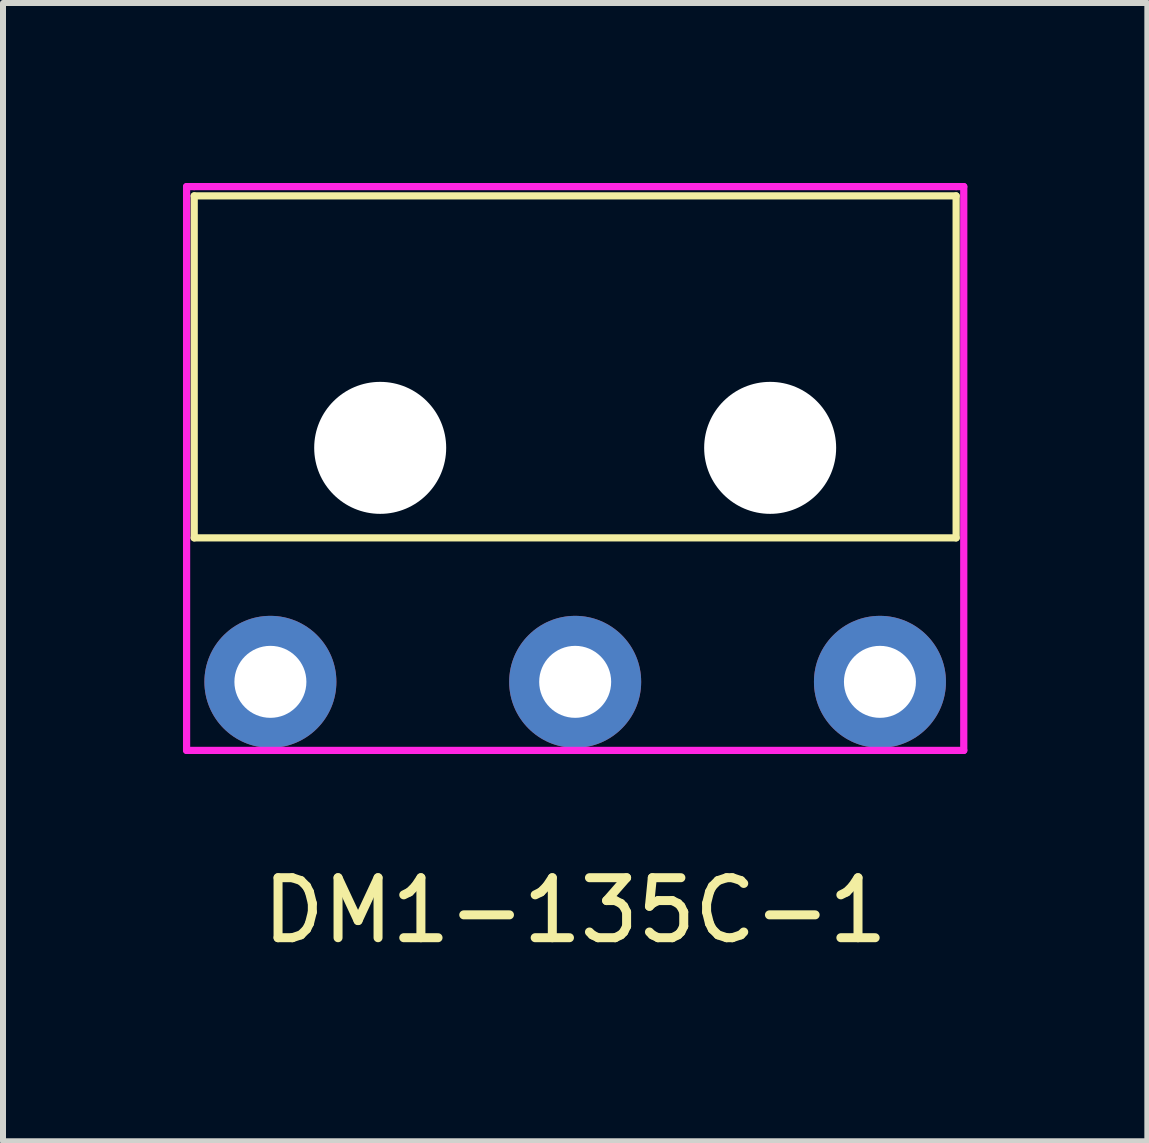
<source format=kicad_pcb>
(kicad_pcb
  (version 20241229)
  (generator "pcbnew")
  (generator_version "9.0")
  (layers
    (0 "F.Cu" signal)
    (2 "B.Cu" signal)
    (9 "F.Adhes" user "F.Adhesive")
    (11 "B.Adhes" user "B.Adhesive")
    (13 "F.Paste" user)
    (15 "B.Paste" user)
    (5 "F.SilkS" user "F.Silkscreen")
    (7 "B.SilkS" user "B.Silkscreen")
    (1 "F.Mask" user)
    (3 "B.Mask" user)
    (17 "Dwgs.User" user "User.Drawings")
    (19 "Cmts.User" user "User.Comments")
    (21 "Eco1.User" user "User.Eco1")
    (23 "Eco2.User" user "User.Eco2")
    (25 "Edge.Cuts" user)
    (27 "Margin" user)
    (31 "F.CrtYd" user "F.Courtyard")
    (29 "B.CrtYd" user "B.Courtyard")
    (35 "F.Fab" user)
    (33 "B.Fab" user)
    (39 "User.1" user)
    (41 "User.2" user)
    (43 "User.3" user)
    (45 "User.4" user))
  (footprint "DM1-135C-1"
    (layer "F.Cu")
    (at 6.537 8.315)
    (property "Reference" "DM1-135C-1" (at 0 3.81 0) (layer "F.SilkS") (effects (font (size 1 1) (thickness 0.15))))
    (attr through_hole)
    (fp_line (start -6.35 -8.1) (end -6.35 -2.4) (stroke (width 0.12) (type solid)) (layer "F.SilkS"))
    (fp_line (start -6.35 -2.4) (end 6.35 -2.4) (stroke (width 0.12) (type solid)) (layer "F.SilkS"))
    (fp_line (start 6.35 -8.1) (end -6.35 -8.1) (stroke (width 0.12) (type solid)) (layer "F.SilkS"))
    (fp_line (start 6.35 -2.4) (end 6.35 -8.1) (stroke (width 0.12) (type solid)) (layer "F.SilkS"))
    (fp_line (start -6.477 -8.255) (end -6.35 -8.255) (stroke (width 0.12) (type solid)) (layer "F.CrtYd"))
    (fp_line (start -6.477 1.143) (end -6.477 -8.255) (stroke (width 0.12) (type solid)) (layer "F.CrtYd"))
    (fp_line (start -6.35 -8.255) (end 6.35 -8.255) (stroke (width 0.12) (type solid)) (layer "F.CrtYd"))
    (fp_line (start 6.35 -8.255) (end 6.477 -8.255) (stroke (width 0.12) (type solid)) (layer "F.CrtYd"))
    (fp_line (start 6.477 -8.255) (end 6.477 1.143) (stroke (width 0.12) (type solid)) (layer "F.CrtYd"))
    (fp_line (start 6.477 1.143) (end -6.477 1.143) (stroke (width 0.12) (type solid)) (layer "F.CrtYd"))
    (pad "" np_thru_hole circle (at -3.25 -3.9) (size 2.2 2.2) (drill 2.2) (layers "*.Cu" "*.Mask"))
    (pad "" np_thru_hole circle (at 3.25 -3.9) (size 2.2 2.2) (drill 2.2) (layers "*.Cu" "*.Mask"))
    (pad "1" thru_hole circle (at 5.08 0) (size 2.2 2.2) (drill 1.2) (layers "*.Cu" "*.Mask"))
    (pad "2" thru_hole circle (at -5.08 0) (size 2.2 2.2) (drill 1.2) (layers "*.Cu" "*.Mask"))
    (pad "3" thru_hole circle (at 0 0) (size 2.2 2.2) (drill 1.2) (layers "*.Cu" "*.Mask")))
  (gr_rect
    (start -3 -3)
    (end 16.074 15.973)
    (stroke (width 0.1) (type default))
    (fill no)
    (layer "Edge.Cuts")))
</source>
